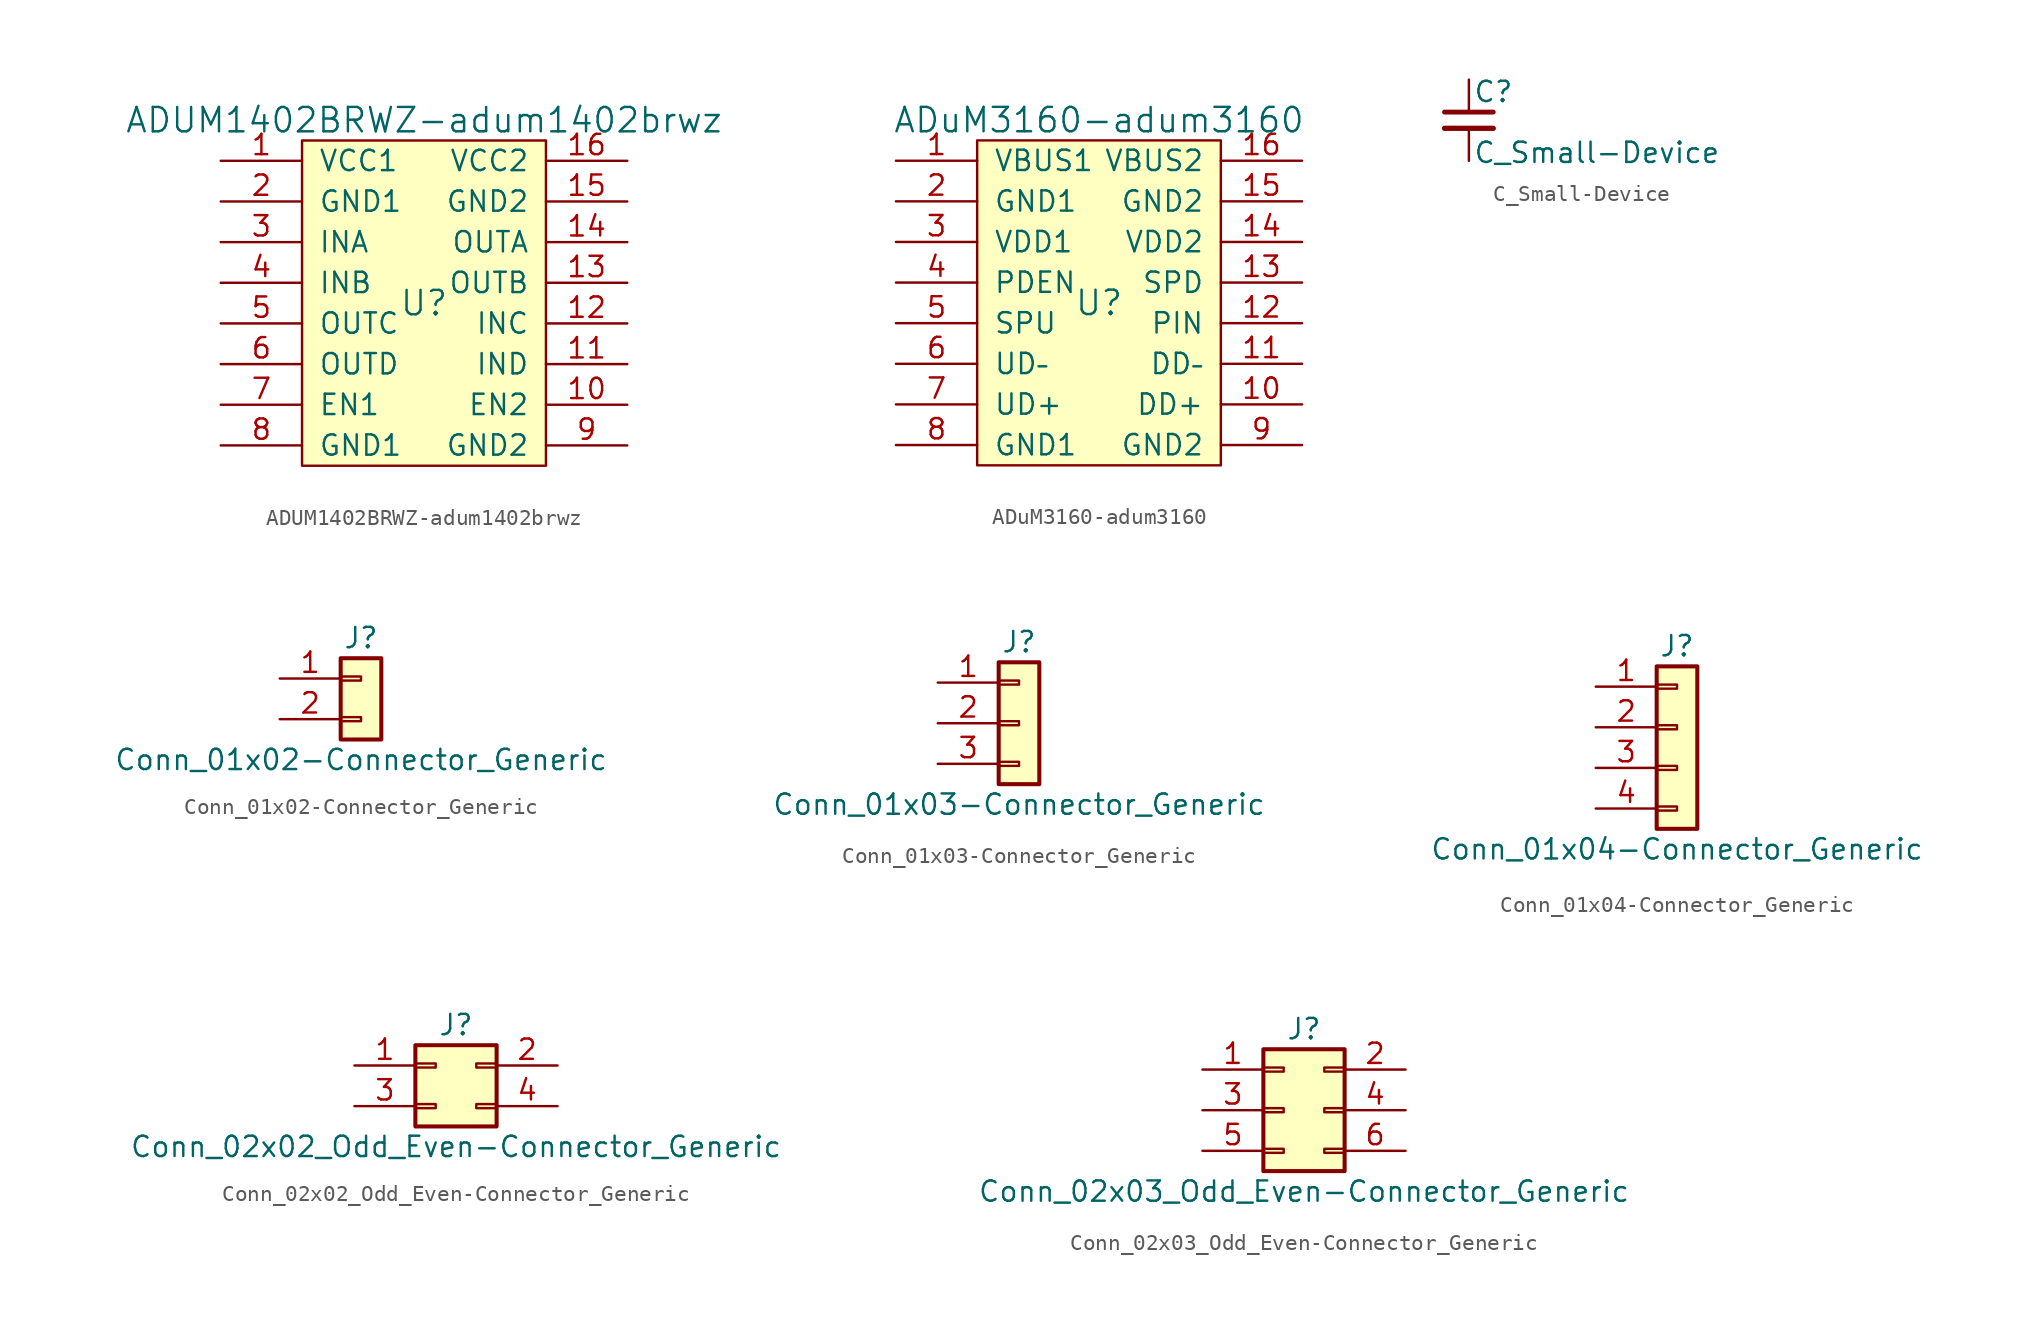
<source format=kicad_sym>
(kicad_symbol_lib
  (version 20210619)
  (generator kicad_symbol_editor)
  (symbol "FreeEEG32-ads131-rescue:ADUM1402BRWZ-adum1402brwz"
    (pin_names
      (offset 1.016))
    (property "Reference" "U"
      (at 0 0 0)
      (effects (font (size 1.524 1.524))))
    (property "Value" "ADUM1402BRWZ-adum1402brwz"
      (at 0 11.43 0)
      (effects (font (size 1.524 1.524))))
    (symbol "ADUM1402BRWZ-adum1402brwz_0_1"
      (rectangle (start -7.62 10.16) (end 7.62 -10.16) (stroke (width 0)) (fill (type background))))
    (symbol "ADUM1402BRWZ-adum1402brwz_1_1"
      (pin power_in line (at -12.7 8.89 0) (length 5.08) (name "VCC1" (effects (font (size 1.27 1.27)))) (number "1" (effects (font (size 1.27 1.27)))))
      (pin input line (at 12.7 -6.35 180) (length 5.08) (name "EN2" (effects (font (size 1.27 1.27)))) (number "10" (effects (font (size 1.27 1.27)))))
      (pin input line (at 12.7 -3.81 180) (length 5.08) (name "IND" (effects (font (size 1.27 1.27)))) (number "11" (effects (font (size 1.27 1.27)))))
      (pin input line (at 12.7 -1.27 180) (length 5.08) (name "INC" (effects (font (size 1.27 1.27)))) (number "12" (effects (font (size 1.27 1.27)))))
      (pin output line (at 12.7 1.27 180) (length 5.08) (name "OUTB" (effects (font (size 1.27 1.27)))) (number "13" (effects (font (size 1.27 1.27)))))
      (pin output line (at 12.7 3.81 180) (length 5.08) (name "OUTA" (effects (font (size 1.27 1.27)))) (number "14" (effects (font (size 1.27 1.27)))))
      (pin power_in line (at 12.7 6.35 180) (length 5.08) (name "GND2" (effects (font (size 1.27 1.27)))) (number "15" (effects (font (size 1.27 1.27)))))
      (pin power_in line (at 12.7 8.89 180) (length 5.08) (name "VCC2" (effects (font (size 1.27 1.27)))) (number "16" (effects (font (size 1.27 1.27)))))
      (pin power_in line (at -12.7 6.35 0) (length 5.08) (name "GND1" (effects (font (size 1.27 1.27)))) (number "2" (effects (font (size 1.27 1.27)))))
      (pin input line (at -12.7 3.81 0) (length 5.08) (name "INA" (effects (font (size 1.27 1.27)))) (number "3" (effects (font (size 1.27 1.27)))))
      (pin input line (at -12.7 1.27 0) (length 5.08) (name "INB" (effects (font (size 1.27 1.27)))) (number "4" (effects (font (size 1.27 1.27)))))
      (pin output line (at -12.7 -1.27 0) (length 5.08) (name "OUTC" (effects (font (size 1.27 1.27)))) (number "5" (effects (font (size 1.27 1.27)))))
      (pin output line (at -12.7 -3.81 0) (length 5.08) (name "OUTD" (effects (font (size 1.27 1.27)))) (number "6" (effects (font (size 1.27 1.27)))))
      (pin input line (at -12.7 -6.35 0) (length 5.08) (name "EN1" (effects (font (size 1.27 1.27)))) (number "7" (effects (font (size 1.27 1.27)))))
      (pin power_in line (at -12.7 -8.89 0) (length 5.08) (name "GND1" (effects (font (size 1.27 1.27)))) (number "8" (effects (font (size 1.27 1.27)))))
      (pin power_in line (at 12.7 -8.89 180) (length 5.08) (name "GND2" (effects (font (size 1.27 1.27)))) (number "9" (effects (font (size 1.27 1.27)))))))
  (symbol "FreeEEG32-ads131-rescue:ADuM3160-adum3160"
    (pin_names
      (offset 1.016))
    (property "Reference" "U"
      (at 0 0 0)
      (effects (font (size 1.524 1.524))))
    (property "Value" "ADuM3160-adum3160"
      (at 0 11.43 0)
      (effects (font (size 1.524 1.524))))
    (symbol "ADuM3160-adum3160_0_1"
      (rectangle (start -7.62 10.16) (end 7.62 -10.16) (stroke (width 0)) (fill (type background))))
    (symbol "ADuM3160-adum3160_1_1"
      (pin power_in line (at -12.7 8.89 0) (length 5.08) (name "VBUS1" (effects (font (size 1.27 1.27)))) (number "1" (effects (font (size 1.27 1.27)))))
      (pin input line (at 12.7 -6.35 180) (length 5.08) (name "DD+" (effects (font (size 1.27 1.27)))) (number "10" (effects (font (size 1.27 1.27)))))
      (pin output line (at 12.7 -3.81 180) (length 5.08) (name "DD–" (effects (font (size 1.27 1.27)))) (number "11" (effects (font (size 1.27 1.27)))))
      (pin input line (at 12.7 -1.27 180) (length 5.08) (name "PIN" (effects (font (size 1.27 1.27)))) (number "12" (effects (font (size 1.27 1.27)))))
      (pin input line (at 12.7 1.27 180) (length 5.08) (name "SPD" (effects (font (size 1.27 1.27)))) (number "13" (effects (font (size 1.27 1.27)))))
      (pin power_in line (at 12.7 3.81 180) (length 5.08) (name "VDD2" (effects (font (size 1.27 1.27)))) (number "14" (effects (font (size 1.27 1.27)))))
      (pin power_in line (at 12.7 6.35 180) (length 5.08) (name "GND2" (effects (font (size 1.27 1.27)))) (number "15" (effects (font (size 1.27 1.27)))))
      (pin power_in line (at 12.7 8.89 180) (length 5.08) (name "VBUS2" (effects (font (size 1.27 1.27)))) (number "16" (effects (font (size 1.27 1.27)))))
      (pin power_in line (at -12.7 6.35 0) (length 5.08) (name "GND1" (effects (font (size 1.27 1.27)))) (number "2" (effects (font (size 1.27 1.27)))))
      (pin power_in line (at -12.7 3.81 0) (length 5.08) (name "VDD1" (effects (font (size 1.27 1.27)))) (number "3" (effects (font (size 1.27 1.27)))))
      (pin input line (at -12.7 1.27 0) (length 5.08) (name "PDEN" (effects (font (size 1.27 1.27)))) (number "4" (effects (font (size 1.27 1.27)))))
      (pin input line (at -12.7 -1.27 0) (length 5.08) (name "SPU" (effects (font (size 1.27 1.27)))) (number "5" (effects (font (size 1.27 1.27)))))
      (pin output line (at -12.7 -3.81 0) (length 5.08) (name "UD–" (effects (font (size 1.27 1.27)))) (number "6" (effects (font (size 1.27 1.27)))))
      (pin input line (at -12.7 -6.35 0) (length 5.08) (name "UD+" (effects (font (size 1.27 1.27)))) (number "7" (effects (font (size 1.27 1.27)))))
      (pin power_in line (at -12.7 -8.89 0) (length 5.08) (name "GND1" (effects (font (size 1.27 1.27)))) (number "8" (effects (font (size 1.27 1.27)))))
      (pin power_in line (at 12.7 -8.89 180) (length 5.08) (name "GND2" (effects (font (size 1.27 1.27)))) (number "9" (effects (font (size 1.27 1.27)))))))
  (symbol "FreeEEG32-ads131-rescue:C_Small-Device"
    (pin_numbers hide)
    (pin_names
      (offset 0.254) hide)
    (property "Reference" "C"
      (at 0.254 1.778 0)
      (effects (font (size 1.27 1.27)) (justify left)))
    (property "Value" "C_Small-Device"
      (at 0.254 -2.032 0)
      (effects (font (size 1.27 1.27)) (justify left)))
    (symbol "C_Small-Device_0_1"
      (polyline (pts (xy -1.524 -0.508) (xy 1.524 -0.508)) (stroke (width 0.33)) (fill (type none)))
      (polyline (pts (xy -1.524 0.508) (xy 1.524 0.508)) (stroke (width 0.305)) (fill (type none))))
    (symbol "C_Small-Device_1_1"
      (pin passive line (at 0 2.54 270) (length 2.032) (name "~" (effects (font (size 1.27 1.27)))) (number "1" (effects (font (size 1.27 1.27)))))
      (pin passive line (at 0 -2.54 90) (length 2.032) (name "~" (effects (font (size 1.27 1.27)))) (number "2" (effects (font (size 1.27 1.27)))))))
  (symbol "FreeEEG32-ads131-rescue:Conn_01x02-Connector_Generic"
    (pin_names
      (offset 1.016) hide)
    (property "Reference" "J"
      (at 0 2.54 0)
      (effects (font (size 1.27 1.27))))
    (property "Value" "Conn_01x02-Connector_Generic"
      (at 0 -5.08 0)
      (effects (font (size 1.27 1.27))))
    (symbol "Conn_01x02-Connector_Generic_1_1"
      (rectangle (start -1.27 -2.413) (end 0 -2.667) (stroke (width 0.152)) (fill (type none)))
      (rectangle (start -1.27 0.127) (end 0 -0.127) (stroke (width 0.152)) (fill (type none)))
      (rectangle (start -1.27 1.27) (end 1.27 -3.81) (stroke (width 0.254)) (fill (type background)))
      (pin passive line (at -5.08 0 0) (length 3.81) (name "Pin_1" (effects (font (size 1.27 1.27)))) (number "1" (effects (font (size 1.27 1.27)))))
      (pin passive line (at -5.08 -2.54 0) (length 3.81) (name "Pin_2" (effects (font (size 1.27 1.27)))) (number "2" (effects (font (size 1.27 1.27)))))))
  (symbol "FreeEEG32-ads131-rescue:Conn_01x03-Connector_Generic"
    (pin_names
      (offset 1.016) hide)
    (property "Reference" "J"
      (at 0 5.08 0)
      (effects (font (size 1.27 1.27))))
    (property "Value" "Conn_01x03-Connector_Generic"
      (at 0 -5.08 0)
      (effects (font (size 1.27 1.27))))
    (symbol "Conn_01x03-Connector_Generic_1_1"
      (rectangle (start -1.27 -2.413) (end 0 -2.667) (stroke (width 0.152)) (fill (type none)))
      (rectangle (start -1.27 0.127) (end 0 -0.127) (stroke (width 0.152)) (fill (type none)))
      (rectangle (start -1.27 2.667) (end 0 2.413) (stroke (width 0.152)) (fill (type none)))
      (rectangle (start -1.27 3.81) (end 1.27 -3.81) (stroke (width 0.254)) (fill (type background)))
      (pin passive line (at -5.08 2.54 0) (length 3.81) (name "Pin_1" (effects (font (size 1.27 1.27)))) (number "1" (effects (font (size 1.27 1.27)))))
      (pin passive line (at -5.08 0 0) (length 3.81) (name "Pin_2" (effects (font (size 1.27 1.27)))) (number "2" (effects (font (size 1.27 1.27)))))
      (pin passive line (at -5.08 -2.54 0) (length 3.81) (name "Pin_3" (effects (font (size 1.27 1.27)))) (number "3" (effects (font (size 1.27 1.27)))))))
  (symbol "FreeEEG32-ads131-rescue:Conn_01x04-Connector_Generic"
    (pin_names
      (offset 1.016) hide)
    (property "Reference" "J"
      (at 0 5.08 0)
      (effects (font (size 1.27 1.27))))
    (property "Value" "Conn_01x04-Connector_Generic"
      (at 0 -7.62 0)
      (effects (font (size 1.27 1.27))))
    (symbol "Conn_01x04-Connector_Generic_1_1"
      (rectangle (start -1.27 -4.953) (end 0 -5.207) (stroke (width 0.152)) (fill (type none)))
      (rectangle (start -1.27 -2.413) (end 0 -2.667) (stroke (width 0.152)) (fill (type none)))
      (rectangle (start -1.27 0.127) (end 0 -0.127) (stroke (width 0.152)) (fill (type none)))
      (rectangle (start -1.27 2.667) (end 0 2.413) (stroke (width 0.152)) (fill (type none)))
      (rectangle (start -1.27 3.81) (end 1.27 -6.35) (stroke (width 0.254)) (fill (type background)))
      (pin passive line (at -5.08 2.54 0) (length 3.81) (name "Pin_1" (effects (font (size 1.27 1.27)))) (number "1" (effects (font (size 1.27 1.27)))))
      (pin passive line (at -5.08 0 0) (length 3.81) (name "Pin_2" (effects (font (size 1.27 1.27)))) (number "2" (effects (font (size 1.27 1.27)))))
      (pin passive line (at -5.08 -2.54 0) (length 3.81) (name "Pin_3" (effects (font (size 1.27 1.27)))) (number "3" (effects (font (size 1.27 1.27)))))
      (pin passive line (at -5.08 -5.08 0) (length 3.81) (name "Pin_4" (effects (font (size 1.27 1.27)))) (number "4" (effects (font (size 1.27 1.27)))))))
  (symbol "FreeEEG32-ads131-rescue:Conn_02x02_Odd_Even-Connector_Generic"
    (pin_names
      (offset 1.016) hide)
    (property "Reference" "J"
      (at 1.27 2.54 0)
      (effects (font (size 1.27 1.27))))
    (property "Value" "Conn_02x02_Odd_Even-Connector_Generic"
      (at 1.27 -5.08 0)
      (effects (font (size 1.27 1.27))))
    (symbol "Conn_02x02_Odd_Even-Connector_Generic_1_1"
      (rectangle (start -1.27 -2.413) (end 0 -2.667) (stroke (width 0.152)) (fill (type none)))
      (rectangle (start -1.27 0.127) (end 0 -0.127) (stroke (width 0.152)) (fill (type none)))
      (rectangle (start 3.81 -2.413) (end 2.54 -2.667) (stroke (width 0.152)) (fill (type none)))
      (rectangle (start 3.81 0.127) (end 2.54 -0.127) (stroke (width 0.152)) (fill (type none)))
      (rectangle (start -1.27 1.27) (end 3.81 -3.81) (stroke (width 0.254)) (fill (type background)))
      (pin passive line (at -5.08 0 0) (length 3.81) (name "Pin_1" (effects (font (size 1.27 1.27)))) (number "1" (effects (font (size 1.27 1.27)))))
      (pin passive line (at 7.62 0 180) (length 3.81) (name "Pin_2" (effects (font (size 1.27 1.27)))) (number "2" (effects (font (size 1.27 1.27)))))
      (pin passive line (at -5.08 -2.54 0) (length 3.81) (name "Pin_3" (effects (font (size 1.27 1.27)))) (number "3" (effects (font (size 1.27 1.27)))))
      (pin passive line (at 7.62 -2.54 180) (length 3.81) (name "Pin_4" (effects (font (size 1.27 1.27)))) (number "4" (effects (font (size 1.27 1.27)))))))
  (symbol "FreeEEG32-ads131-rescue:Conn_02x03_Odd_Even-Connector_Generic"
    (pin_names
      (offset 1.016) hide)
    (property "Reference" "J"
      (at 1.27 5.08 0)
      (effects (font (size 1.27 1.27))))
    (property "Value" "Conn_02x03_Odd_Even-Connector_Generic"
      (at 1.27 -5.08 0)
      (effects (font (size 1.27 1.27))))
    (symbol "Conn_02x03_Odd_Even-Connector_Generic_1_1"
      (rectangle (start -1.27 -2.413) (end 0 -2.667) (stroke (width 0.152)) (fill (type none)))
      (rectangle (start -1.27 0.127) (end 0 -0.127) (stroke (width 0.152)) (fill (type none)))
      (rectangle (start -1.27 2.667) (end 0 2.413) (stroke (width 0.152)) (fill (type none)))
      (rectangle (start 3.81 -2.413) (end 2.54 -2.667) (stroke (width 0.152)) (fill (type none)))
      (rectangle (start 3.81 0.127) (end 2.54 -0.127) (stroke (width 0.152)) (fill (type none)))
      (rectangle (start 3.81 2.667) (end 2.54 2.413) (stroke (width 0.152)) (fill (type none)))
      (rectangle (start -1.27 3.81) (end 3.81 -3.81) (stroke (width 0.254)) (fill (type background)))
      (pin passive line (at -5.08 2.54 0) (length 3.81) (name "Pin_1" (effects (font (size 1.27 1.27)))) (number "1" (effects (font (size 1.27 1.27)))))
      (pin passive line (at 7.62 2.54 180) (length 3.81) (name "Pin_2" (effects (font (size 1.27 1.27)))) (number "2" (effects (font (size 1.27 1.27)))))
      (pin passive line (at -5.08 0 0) (length 3.81) (name "Pin_3" (effects (font (size 1.27 1.27)))) (number "3" (effects (font (size 1.27 1.27)))))
      (pin passive line (at 7.62 0 180) (length 3.81) (name "Pin_4" (effects (font (size 1.27 1.27)))) (number "4" (effects (font (size 1.27 1.27)))))
      (pin passive line (at -5.08 -2.54 0) (length 3.81) (name "Pin_5" (effects (font (size 1.27 1.27)))) (number "5" (effects (font (size 1.27 1.27)))))
      (pin passive line (at 7.62 -2.54 180) (length 3.81) (name "Pin_6" (effects (font (size 1.27 1.27)))) (number "6" (effects (font (size 1.27 1.27))))))))
</source>
